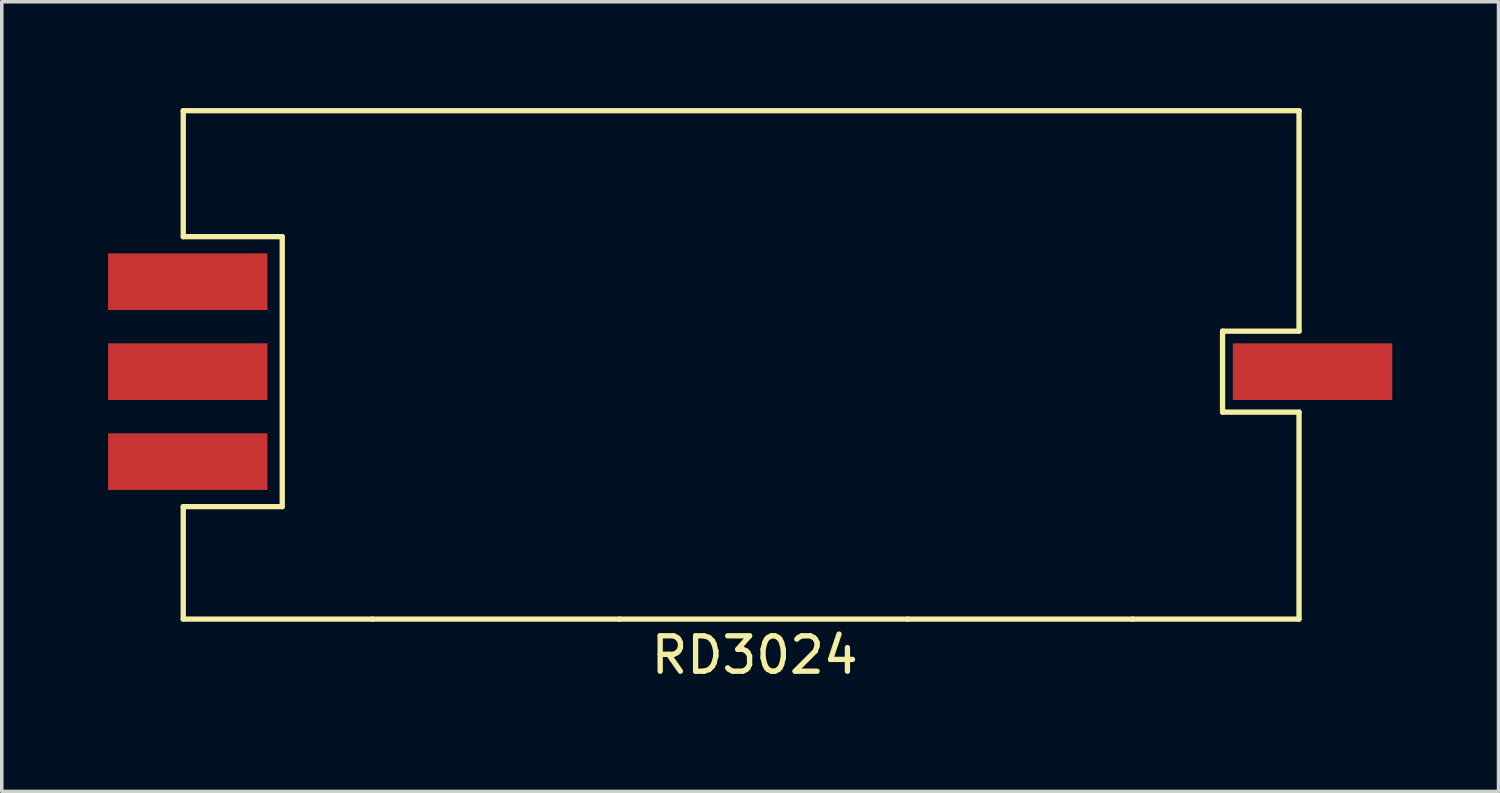
<source format=kicad_pcb>
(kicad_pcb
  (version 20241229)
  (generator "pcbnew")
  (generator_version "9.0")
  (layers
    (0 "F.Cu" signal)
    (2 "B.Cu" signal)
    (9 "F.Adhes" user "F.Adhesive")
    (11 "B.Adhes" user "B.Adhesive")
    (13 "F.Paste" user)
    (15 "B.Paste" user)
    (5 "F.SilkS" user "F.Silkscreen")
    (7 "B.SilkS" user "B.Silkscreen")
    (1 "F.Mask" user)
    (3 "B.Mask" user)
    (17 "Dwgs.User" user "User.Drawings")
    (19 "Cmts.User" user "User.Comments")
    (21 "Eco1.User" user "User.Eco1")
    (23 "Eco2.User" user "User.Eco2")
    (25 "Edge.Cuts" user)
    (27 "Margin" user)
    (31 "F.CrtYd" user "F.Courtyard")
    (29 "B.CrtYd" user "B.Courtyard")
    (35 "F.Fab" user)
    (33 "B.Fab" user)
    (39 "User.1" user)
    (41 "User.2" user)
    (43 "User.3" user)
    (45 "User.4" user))
  (footprint "RD3024"
    (layer "F.Cu")
    (at 17.871 7.695)
    (property "Reference" "RD3024" (at 0.381 7.747 0) (layer "F.SilkS") (effects (font (size 1 1) (thickness 0.15))))
    (attr through_hole)
    (fp_line (start -15.748 -7.62) (end 15.748 -7.62) (stroke (width 0.15) (type solid)) (layer "F.SilkS"))
    (fp_line (start -15.748 -4.064) (end -15.748 -7.62) (stroke (width 0.15) (type solid)) (layer "F.SilkS"))
    (fp_line (start -15.748 3.556) (end -15.748 6.731) (stroke (width 0.15) (type solid)) (layer "F.SilkS"))
    (fp_line (start -15.748 6.731) (end -10.414 6.731) (stroke (width 0.15) (type solid)) (layer "F.SilkS"))
    (fp_line (start -12.954 -4.064) (end -15.748 -4.064) (stroke (width 0.15) (type solid)) (layer "F.SilkS"))
    (fp_line (start -12.954 -4.064) (end -12.954 3.556) (stroke (width 0.15) (type solid)) (layer "F.SilkS"))
    (fp_line (start -12.954 3.556) (end -15.748 3.556) (stroke (width 0.15) (type solid)) (layer "F.SilkS"))
    (fp_line (start -10.414 6.731) (end -3.429 6.731) (stroke (width 0.15) (type solid)) (layer "F.SilkS"))
    (fp_line (start -3.429 6.731) (end 4.699 6.731) (stroke (width 0.15) (type solid)) (layer "F.SilkS"))
    (fp_line (start 4.699 6.731) (end 11.049 6.731) (stroke (width 0.15) (type solid)) (layer "F.SilkS"))
    (fp_line (start 11.049 6.731) (end 15.748 6.731) (stroke (width 0.15) (type solid)) (layer "F.SilkS"))
    (fp_line (start 13.589 -1.397) (end 15.748 -1.397) (stroke (width 0.15) (type solid)) (layer "F.SilkS"))
    (fp_line (start 13.589 0.889) (end 13.589 -1.397) (stroke (width 0.15) (type solid)) (layer "F.SilkS"))
    (fp_line (start 15.748 -1.397) (end 15.748 -7.62) (stroke (width 0.15) (type solid)) (layer "F.SilkS"))
    (fp_line (start 15.748 0.889) (end 13.589 0.889) (stroke (width 0.15) (type solid)) (layer "F.SilkS"))
    (fp_line (start 15.748 6.731) (end 15.748 0.889) (stroke (width 0.15) (type solid)) (layer "F.SilkS"))
    (pad "1" smd rect (at -15.621 2.286) (size 4.5 1.6) (layers "F.Cu" "F.Mask" "F.Paste"))
    (pad "2" smd rect (at -15.621 -0.254) (size 4.5 1.6) (layers "F.Cu" "F.Mask" "F.Paste"))
    (pad "3" smd rect (at -15.621 -2.794) (size 4.5 1.6) (layers "F.Cu" "F.Mask" "F.Paste"))
    (pad "4" smd rect (at 16.129 -0.254) (size 4.5 1.6) (layers "F.Cu" "F.Mask" "F.Paste")))
  (gr_rect
    (start -3 -3)
    (end 39.25 19.29)
    (stroke (width 0.1) (type default))
    (fill no)
    (layer "Edge.Cuts")))
</source>
